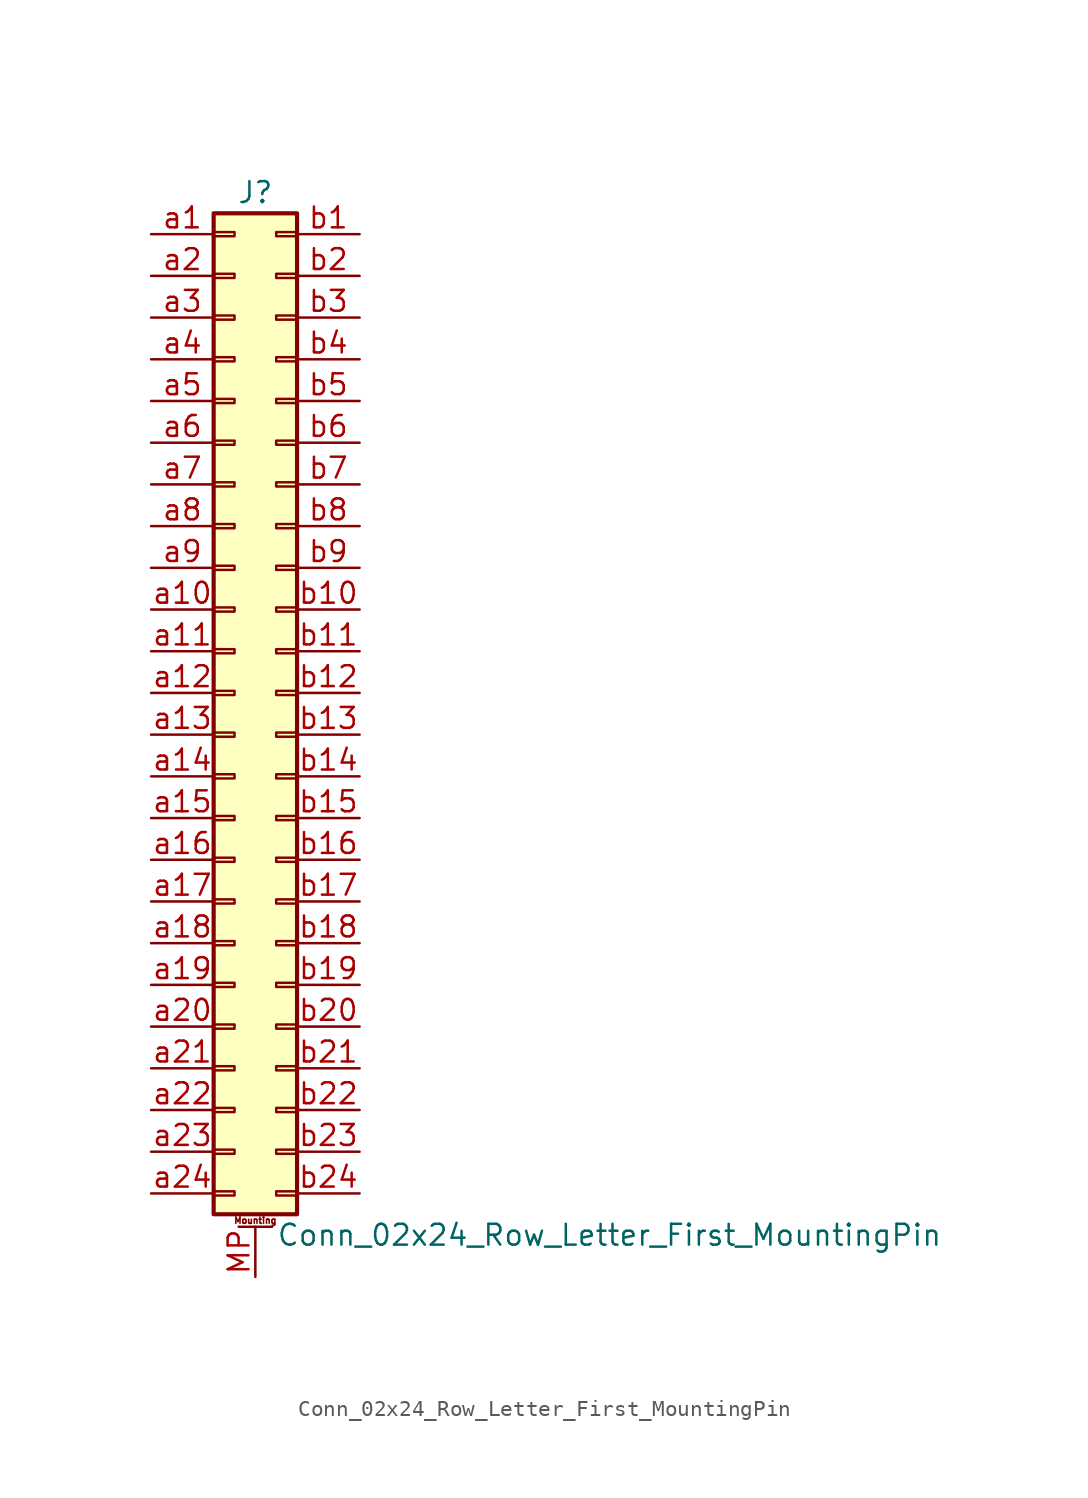
<source format=kicad_sym>
(kicad_symbol_lib
  (version 20201005)
  (generator kicad_symbol_editor)
  (symbol "Conn_02x24_Row_Letter_First_MountingPin"
    (pin_names
      (offset 1.016) hide)
    (property "Reference" "J"
      (at 1.27 30.48 0)
      (effects (font (size 1.27 1.27))))
    (property "Value" "Conn_02x24_Row_Letter_First_MountingPin"
      (at 2.54 -33.02 0)
      (effects (font (size 1.27 1.27)) (justify left)))
    (symbol "Conn_02x24_Row_Letter_First_MountingPin_1_1"
      (text "Mounting" (at 1.27 -32.131 0) (effects (font (size 0.381 0.381))))
      (rectangle (start -1.27 -30.353) (end 0 -30.607) (stroke (width 0.152)) (fill (type none)))
      (rectangle (start -1.27 -27.813) (end 0 -28.067) (stroke (width 0.152)) (fill (type none)))
      (rectangle (start -1.27 -25.273) (end 0 -25.527) (stroke (width 0.152)) (fill (type none)))
      (rectangle (start -1.27 -22.733) (end 0 -22.987) (stroke (width 0.152)) (fill (type none)))
      (rectangle (start -1.27 -20.193) (end 0 -20.447) (stroke (width 0.152)) (fill (type none)))
      (rectangle (start -1.27 -17.653) (end 0 -17.907) (stroke (width 0.152)) (fill (type none)))
      (rectangle (start -1.27 -15.113) (end 0 -15.367) (stroke (width 0.152)) (fill (type none)))
      (rectangle (start -1.27 -12.573) (end 0 -12.827) (stroke (width 0.152)) (fill (type none)))
      (rectangle (start -1.27 -10.033) (end 0 -10.287) (stroke (width 0.152)) (fill (type none)))
      (rectangle (start -1.27 -7.493) (end 0 -7.747) (stroke (width 0.152)) (fill (type none)))
      (rectangle (start -1.27 -4.953) (end 0 -5.207) (stroke (width 0.152)) (fill (type none)))
      (rectangle (start -1.27 -2.413) (end 0 -2.667) (stroke (width 0.152)) (fill (type none)))
      (rectangle (start -1.27 0.127) (end 0 -0.127) (stroke (width 0.152)) (fill (type none)))
      (rectangle (start -1.27 2.667) (end 0 2.413) (stroke (width 0.152)) (fill (type none)))
      (rectangle (start -1.27 5.207) (end 0 4.953) (stroke (width 0.152)) (fill (type none)))
      (rectangle (start -1.27 7.747) (end 0 7.493) (stroke (width 0.152)) (fill (type none)))
      (rectangle (start -1.27 10.287) (end 0 10.033) (stroke (width 0.152)) (fill (type none)))
      (rectangle (start -1.27 12.827) (end 0 12.573) (stroke (width 0.152)) (fill (type none)))
      (rectangle (start -1.27 15.367) (end 0 15.113) (stroke (width 0.152)) (fill (type none)))
      (rectangle (start -1.27 17.907) (end 0 17.653) (stroke (width 0.152)) (fill (type none)))
      (rectangle (start -1.27 20.447) (end 0 20.193) (stroke (width 0.152)) (fill (type none)))
      (rectangle (start -1.27 22.987) (end 0 22.733) (stroke (width 0.152)) (fill (type none)))
      (rectangle (start -1.27 25.527) (end 0 25.273) (stroke (width 0.152)) (fill (type none)))
      (rectangle (start -1.27 28.067) (end 0 27.813) (stroke (width 0.152)) (fill (type none)))
      (rectangle (start 3.81 -30.353) (end 2.54 -30.607) (stroke (width 0.152)) (fill (type none)))
      (rectangle (start 3.81 -27.813) (end 2.54 -28.067) (stroke (width 0.152)) (fill (type none)))
      (rectangle (start 3.81 -25.273) (end 2.54 -25.527) (stroke (width 0.152)) (fill (type none)))
      (rectangle (start 3.81 -22.733) (end 2.54 -22.987) (stroke (width 0.152)) (fill (type none)))
      (rectangle (start 3.81 -20.193) (end 2.54 -20.447) (stroke (width 0.152)) (fill (type none)))
      (rectangle (start 3.81 -17.653) (end 2.54 -17.907) (stroke (width 0.152)) (fill (type none)))
      (rectangle (start 3.81 -15.113) (end 2.54 -15.367) (stroke (width 0.152)) (fill (type none)))
      (rectangle (start 3.81 -12.573) (end 2.54 -12.827) (stroke (width 0.152)) (fill (type none)))
      (rectangle (start 3.81 -10.033) (end 2.54 -10.287) (stroke (width 0.152)) (fill (type none)))
      (rectangle (start 3.81 -7.493) (end 2.54 -7.747) (stroke (width 0.152)) (fill (type none)))
      (rectangle (start 3.81 -4.953) (end 2.54 -5.207) (stroke (width 0.152)) (fill (type none)))
      (rectangle (start 3.81 -2.413) (end 2.54 -2.667) (stroke (width 0.152)) (fill (type none)))
      (rectangle (start 3.81 0.127) (end 2.54 -0.127) (stroke (width 0.152)) (fill (type none)))
      (rectangle (start 3.81 2.667) (end 2.54 2.413) (stroke (width 0.152)) (fill (type none)))
      (rectangle (start 3.81 5.207) (end 2.54 4.953) (stroke (width 0.152)) (fill (type none)))
      (rectangle (start 3.81 7.747) (end 2.54 7.493) (stroke (width 0.152)) (fill (type none)))
      (rectangle (start 3.81 10.287) (end 2.54 10.033) (stroke (width 0.152)) (fill (type none)))
      (rectangle (start 3.81 12.827) (end 2.54 12.573) (stroke (width 0.152)) (fill (type none)))
      (rectangle (start 3.81 15.367) (end 2.54 15.113) (stroke (width 0.152)) (fill (type none)))
      (rectangle (start 3.81 17.907) (end 2.54 17.653) (stroke (width 0.152)) (fill (type none)))
      (rectangle (start 3.81 20.447) (end 2.54 20.193) (stroke (width 0.152)) (fill (type none)))
      (rectangle (start 3.81 22.987) (end 2.54 22.733) (stroke (width 0.152)) (fill (type none)))
      (rectangle (start 3.81 25.527) (end 2.54 25.273) (stroke (width 0.152)) (fill (type none)))
      (rectangle (start 3.81 28.067) (end 2.54 27.813) (stroke (width 0.152)) (fill (type none)))
      (rectangle (start -1.27 29.21) (end 3.81 -31.75) (stroke (width 0.254)) (fill (type background)))
      (polyline (pts (xy 0.254 -32.512) (xy 2.286 -32.512)) (stroke (width 0.152)) (fill (type none)))
      (pin passive line (at 1.27 -35.56 90) (length 3.048) (name "MountPin" (effects (font (size 1.27 1.27)))) (number "MP" (effects (font (size 1.27 1.27)))))
      (pin passive line (at -5.08 27.94 0) (length 3.81) (name "Pin_a1" (effects (font (size 1.27 1.27)))) (number "a1" (effects (font (size 1.27 1.27)))))
      (pin passive line (at -5.08 5.08 0) (length 3.81) (name "Pin_a10" (effects (font (size 1.27 1.27)))) (number "a10" (effects (font (size 1.27 1.27)))))
      (pin passive line (at -5.08 2.54 0) (length 3.81) (name "Pin_a11" (effects (font (size 1.27 1.27)))) (number "a11" (effects (font (size 1.27 1.27)))))
      (pin passive line (at -5.08 0 0) (length 3.81) (name "Pin_a12" (effects (font (size 1.27 1.27)))) (number "a12" (effects (font (size 1.27 1.27)))))
      (pin passive line (at -5.08 -2.54 0) (length 3.81) (name "Pin_a13" (effects (font (size 1.27 1.27)))) (number "a13" (effects (font (size 1.27 1.27)))))
      (pin passive line (at -5.08 -5.08 0) (length 3.81) (name "Pin_a14" (effects (font (size 1.27 1.27)))) (number "a14" (effects (font (size 1.27 1.27)))))
      (pin passive line (at -5.08 -7.62 0) (length 3.81) (name "Pin_a15" (effects (font (size 1.27 1.27)))) (number "a15" (effects (font (size 1.27 1.27)))))
      (pin passive line (at -5.08 -10.16 0) (length 3.81) (name "Pin_a16" (effects (font (size 1.27 1.27)))) (number "a16" (effects (font (size 1.27 1.27)))))
      (pin passive line (at -5.08 -12.7 0) (length 3.81) (name "Pin_a17" (effects (font (size 1.27 1.27)))) (number "a17" (effects (font (size 1.27 1.27)))))
      (pin passive line (at -5.08 -15.24 0) (length 3.81) (name "Pin_a18" (effects (font (size 1.27 1.27)))) (number "a18" (effects (font (size 1.27 1.27)))))
      (pin passive line (at -5.08 -17.78 0) (length 3.81) (name "Pin_a19" (effects (font (size 1.27 1.27)))) (number "a19" (effects (font (size 1.27 1.27)))))
      (pin passive line (at -5.08 25.4 0) (length 3.81) (name "Pin_a2" (effects (font (size 1.27 1.27)))) (number "a2" (effects (font (size 1.27 1.27)))))
      (pin passive line (at -5.08 -20.32 0) (length 3.81) (name "Pin_a20" (effects (font (size 1.27 1.27)))) (number "a20" (effects (font (size 1.27 1.27)))))
      (pin passive line (at -5.08 -22.86 0) (length 3.81) (name "Pin_a21" (effects (font (size 1.27 1.27)))) (number "a21" (effects (font (size 1.27 1.27)))))
      (pin passive line (at -5.08 -25.4 0) (length 3.81) (name "Pin_a22" (effects (font (size 1.27 1.27)))) (number "a22" (effects (font (size 1.27 1.27)))))
      (pin passive line (at -5.08 -27.94 0) (length 3.81) (name "Pin_a23" (effects (font (size 1.27 1.27)))) (number "a23" (effects (font (size 1.27 1.27)))))
      (pin passive line (at -5.08 -30.48 0) (length 3.81) (name "Pin_a24" (effects (font (size 1.27 1.27)))) (number "a24" (effects (font (size 1.27 1.27)))))
      (pin passive line (at -5.08 22.86 0) (length 3.81) (name "Pin_a3" (effects (font (size 1.27 1.27)))) (number "a3" (effects (font (size 1.27 1.27)))))
      (pin passive line (at -5.08 20.32 0) (length 3.81) (name "Pin_a4" (effects (font (size 1.27 1.27)))) (number "a4" (effects (font (size 1.27 1.27)))))
      (pin passive line (at -5.08 17.78 0) (length 3.81) (name "Pin_a5" (effects (font (size 1.27 1.27)))) (number "a5" (effects (font (size 1.27 1.27)))))
      (pin passive line (at -5.08 15.24 0) (length 3.81) (name "Pin_a6" (effects (font (size 1.27 1.27)))) (number "a6" (effects (font (size 1.27 1.27)))))
      (pin passive line (at -5.08 12.7 0) (length 3.81) (name "Pin_a7" (effects (font (size 1.27 1.27)))) (number "a7" (effects (font (size 1.27 1.27)))))
      (pin passive line (at -5.08 10.16 0) (length 3.81) (name "Pin_a8" (effects (font (size 1.27 1.27)))) (number "a8" (effects (font (size 1.27 1.27)))))
      (pin passive line (at -5.08 7.62 0) (length 3.81) (name "Pin_a9" (effects (font (size 1.27 1.27)))) (number "a9" (effects (font (size 1.27 1.27)))))
      (pin passive line (at 7.62 27.94 180) (length 3.81) (name "Pin_b1" (effects (font (size 1.27 1.27)))) (number "b1" (effects (font (size 1.27 1.27)))))
      (pin passive line (at 7.62 5.08 180) (length 3.81) (name "Pin_b10" (effects (font (size 1.27 1.27)))) (number "b10" (effects (font (size 1.27 1.27)))))
      (pin passive line (at 7.62 2.54 180) (length 3.81) (name "Pin_b11" (effects (font (size 1.27 1.27)))) (number "b11" (effects (font (size 1.27 1.27)))))
      (pin passive line (at 7.62 0 180) (length 3.81) (name "Pin_b12" (effects (font (size 1.27 1.27)))) (number "b12" (effects (font (size 1.27 1.27)))))
      (pin passive line (at 7.62 -2.54 180) (length 3.81) (name "Pin_b13" (effects (font (size 1.27 1.27)))) (number "b13" (effects (font (size 1.27 1.27)))))
      (pin passive line (at 7.62 -5.08 180) (length 3.81) (name "Pin_b14" (effects (font (size 1.27 1.27)))) (number "b14" (effects (font (size 1.27 1.27)))))
      (pin passive line (at 7.62 -7.62 180) (length 3.81) (name "Pin_b15" (effects (font (size 1.27 1.27)))) (number "b15" (effects (font (size 1.27 1.27)))))
      (pin passive line (at 7.62 -10.16 180) (length 3.81) (name "Pin_b16" (effects (font (size 1.27 1.27)))) (number "b16" (effects (font (size 1.27 1.27)))))
      (pin passive line (at 7.62 -12.7 180) (length 3.81) (name "Pin_b17" (effects (font (size 1.27 1.27)))) (number "b17" (effects (font (size 1.27 1.27)))))
      (pin passive line (at 7.62 -15.24 180) (length 3.81) (name "Pin_b18" (effects (font (size 1.27 1.27)))) (number "b18" (effects (font (size 1.27 1.27)))))
      (pin passive line (at 7.62 -17.78 180) (length 3.81) (name "Pin_b19" (effects (font (size 1.27 1.27)))) (number "b19" (effects (font (size 1.27 1.27)))))
      (pin passive line (at 7.62 25.4 180) (length 3.81) (name "Pin_b2" (effects (font (size 1.27 1.27)))) (number "b2" (effects (font (size 1.27 1.27)))))
      (pin passive line (at 7.62 -20.32 180) (length 3.81) (name "Pin_b20" (effects (font (size 1.27 1.27)))) (number "b20" (effects (font (size 1.27 1.27)))))
      (pin passive line (at 7.62 -22.86 180) (length 3.81) (name "Pin_b21" (effects (font (size 1.27 1.27)))) (number "b21" (effects (font (size 1.27 1.27)))))
      (pin passive line (at 7.62 -25.4 180) (length 3.81) (name "Pin_b22" (effects (font (size 1.27 1.27)))) (number "b22" (effects (font (size 1.27 1.27)))))
      (pin passive line (at 7.62 -27.94 180) (length 3.81) (name "Pin_b23" (effects (font (size 1.27 1.27)))) (number "b23" (effects (font (size 1.27 1.27)))))
      (pin passive line (at 7.62 -30.48 180) (length 3.81) (name "Pin_b24" (effects (font (size 1.27 1.27)))) (number "b24" (effects (font (size 1.27 1.27)))))
      (pin passive line (at 7.62 22.86 180) (length 3.81) (name "Pin_b3" (effects (font (size 1.27 1.27)))) (number "b3" (effects (font (size 1.27 1.27)))))
      (pin passive line (at 7.62 20.32 180) (length 3.81) (name "Pin_b4" (effects (font (size 1.27 1.27)))) (number "b4" (effects (font (size 1.27 1.27)))))
      (pin passive line (at 7.62 17.78 180) (length 3.81) (name "Pin_b5" (effects (font (size 1.27 1.27)))) (number "b5" (effects (font (size 1.27 1.27)))))
      (pin passive line (at 7.62 15.24 180) (length 3.81) (name "Pin_b6" (effects (font (size 1.27 1.27)))) (number "b6" (effects (font (size 1.27 1.27)))))
      (pin passive line (at 7.62 12.7 180) (length 3.81) (name "Pin_b7" (effects (font (size 1.27 1.27)))) (number "b7" (effects (font (size 1.27 1.27)))))
      (pin passive line (at 7.62 10.16 180) (length 3.81) (name "Pin_b8" (effects (font (size 1.27 1.27)))) (number "b8" (effects (font (size 1.27 1.27)))))
      (pin passive line (at 7.62 7.62 180) (length 3.81) (name "Pin_b9" (effects (font (size 1.27 1.27)))) (number "b9" (effects (font (size 1.27 1.27))))))))
</source>
